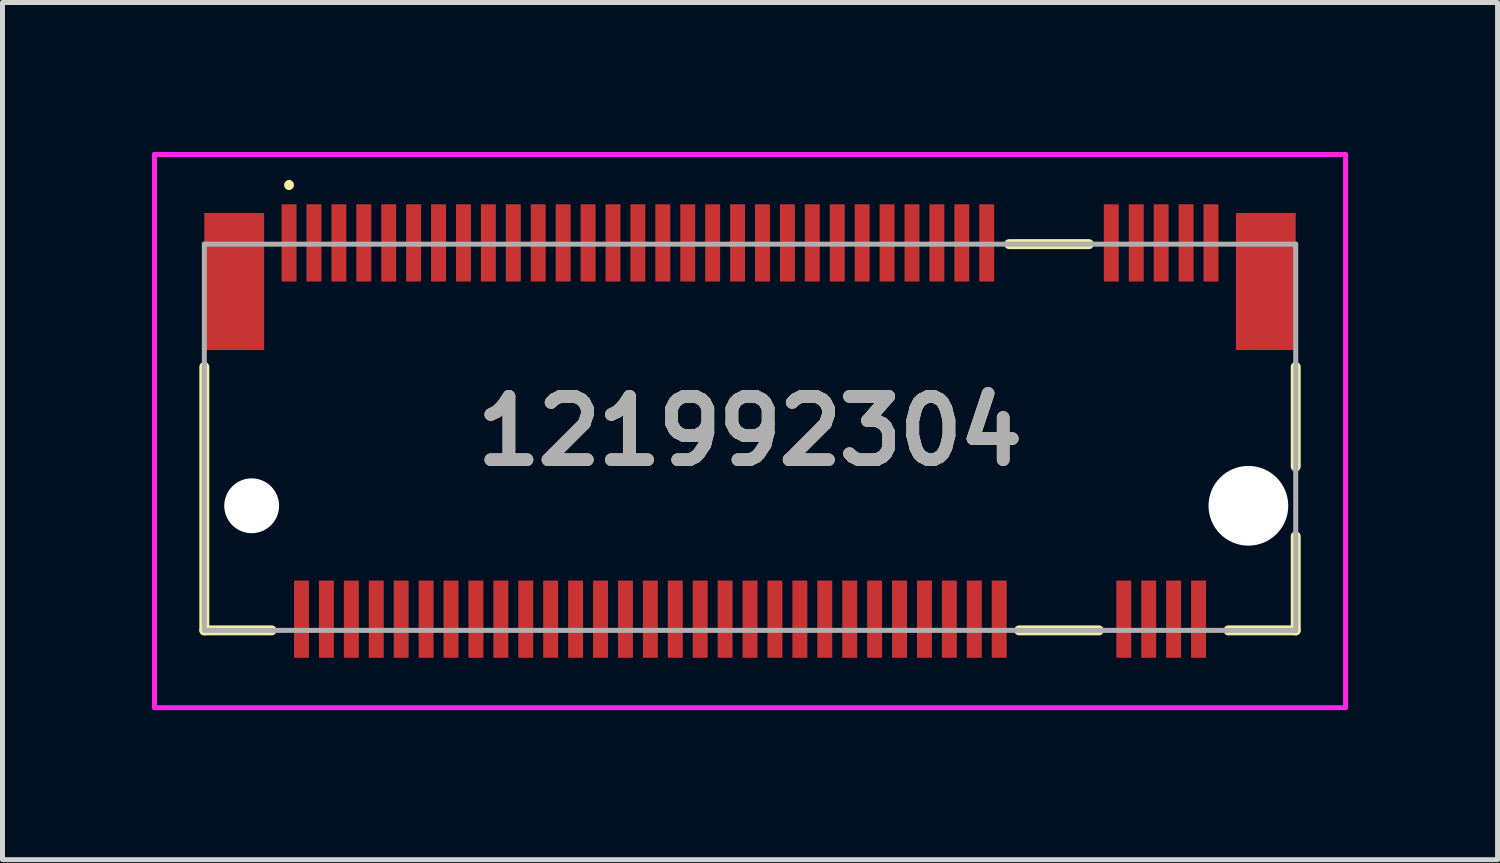
<source format=kicad_pcb>
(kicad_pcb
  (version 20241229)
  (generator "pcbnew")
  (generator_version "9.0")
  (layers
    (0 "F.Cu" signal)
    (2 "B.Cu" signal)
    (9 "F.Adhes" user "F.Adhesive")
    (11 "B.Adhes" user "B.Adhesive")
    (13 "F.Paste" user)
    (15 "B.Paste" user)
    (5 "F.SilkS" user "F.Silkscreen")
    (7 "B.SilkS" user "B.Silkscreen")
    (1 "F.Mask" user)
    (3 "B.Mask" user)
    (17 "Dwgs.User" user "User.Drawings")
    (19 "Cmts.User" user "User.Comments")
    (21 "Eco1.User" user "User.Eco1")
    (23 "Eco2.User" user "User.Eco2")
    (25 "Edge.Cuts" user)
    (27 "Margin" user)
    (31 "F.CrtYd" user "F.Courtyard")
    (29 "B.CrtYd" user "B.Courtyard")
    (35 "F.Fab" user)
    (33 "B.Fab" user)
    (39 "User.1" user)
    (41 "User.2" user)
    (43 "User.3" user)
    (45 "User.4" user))
  (footprint "121992304"
    (layer "F.Cu")
    (at 12 5.724)
    (property "Reference" "121992304" (at 0 -0.124 0) (layer "F.SilkS") (effects (font (size 1.27 1.27) (thickness 0.254))))
    (attr through_hole)
    (fp_line (start -10.95 -1.412) (end -10.95 3.875) (stroke (width 0.2) (type solid)) (layer "F.SilkS"))
    (fp_line (start -10.95 3.875) (end -9.6 3.875) (stroke (width 0.2) (type solid)) (layer "F.SilkS"))
    (fp_line (start -9.25 -5.112) (end -9.25 -5.112) (stroke (width 0.1) (type solid)) (layer "F.SilkS"))
    (fp_line (start -9.25 -5.012) (end -9.25 -5.012) (stroke (width 0.1) (type solid)) (layer "F.SilkS"))
    (fp_line (start 5.2 -3.875) (end 6.8 -3.875) (stroke (width 0.2) (type solid)) (layer "F.SilkS"))
    (fp_line (start 5.4 3.875) (end 7 3.875) (stroke (width 0.2) (type solid)) (layer "F.SilkS"))
    (fp_line (start 10.95 -1.412) (end 10.95 0.588) (stroke (width 0.2) (type solid)) (layer "F.SilkS"))
    (fp_line (start 10.95 1.988) (end 10.95 3.875) (stroke (width 0.2) (type solid)) (layer "F.SilkS"))
    (fp_line (start 10.95 3.875) (end 9.6 3.875) (stroke (width 0.2) (type solid)) (layer "F.SilkS"))
    (fp_arc (start -9.25 -5.112) (mid -9.2 -5.062) (end -9.25 -5.012) (stroke (width 0.1) (type solid)) (layer "F.SilkS"))
    (fp_arc (start -9.25 -5.012) (mid -9.3 -5.062) (end -9.25 -5.112) (stroke (width 0.1) (type solid)) (layer "F.SilkS"))
    (fp_line (start -11.95 -5.674) (end 11.95 -5.674) (stroke (width 0.1) (type solid)) (layer "F.CrtYd"))
    (fp_line (start -11.95 5.426) (end -11.95 -5.674) (stroke (width 0.1) (type solid)) (layer "F.CrtYd"))
    (fp_line (start 11.95 -5.674) (end 11.95 5.426) (stroke (width 0.1) (type solid)) (layer "F.CrtYd"))
    (fp_line (start 11.95 5.426) (end -11.95 5.426) (stroke (width 0.1) (type solid)) (layer "F.CrtYd"))
    (fp_line (start -10.95 -3.875) (end 10.95 -3.875) (stroke (width 0.1) (type solid)) (layer "F.Fab"))
    (fp_line (start -10.95 3.875) (end -10.95 -3.875) (stroke (width 0.1) (type solid)) (layer "F.Fab"))
    (fp_line (start 10.95 -3.875) (end 10.95 3.875) (stroke (width 0.1) (type solid)) (layer "F.Fab"))
    (fp_line (start 10.95 3.875) (end -10.95 3.875) (stroke (width 0.1) (type solid)) (layer "F.Fab"))
    (fp_text user "${REFERENCE}" (at 0 -0.124 0) (layer "F.Fab") (effects (font (size 1.27 1.27) (thickness 0.254))))
    (pad "" np_thru_hole circle (at -10 1.375) (size 1.1 1.1) (drill 1.1) (layers "*.Cu" "*.Mask"))
    (pad "" np_thru_hole circle (at 10 1.375) (size 1.6 1.6) (drill 1.6) (layers "*.Cu" "*.Mask"))
    (pad "1" smd rect (at -9.25 -3.9) (size 0.3 1.55) (layers "F.Cu" "F.Mask" "F.Paste"))
    (pad "2" smd rect (at -9 3.65) (size 0.3 1.55) (layers "F.Cu" "F.Mask" "F.Paste"))
    (pad "3" smd rect (at -8.75 -3.9) (size 0.3 1.55) (layers "F.Cu" "F.Mask" "F.Paste"))
    (pad "4" smd rect (at -8.5 3.65) (size 0.3 1.55) (layers "F.Cu" "F.Mask" "F.Paste"))
    (pad "5" smd rect (at -8.25 -3.9) (size 0.3 1.55) (layers "F.Cu" "F.Mask" "F.Paste"))
    (pad "6" smd rect (at -8 3.65) (size 0.3 1.55) (layers "F.Cu" "F.Mask" "F.Paste"))
    (pad "7" smd rect (at -7.75 -3.9) (size 0.3 1.55) (layers "F.Cu" "F.Mask" "F.Paste"))
    (pad "8" smd rect (at -7.5 3.65) (size 0.3 1.55) (layers "F.Cu" "F.Mask" "F.Paste"))
    (pad "9" smd rect (at -7.25 -3.9) (size 0.3 1.55) (layers "F.Cu" "F.Mask" "F.Paste"))
    (pad "10" smd rect (at -7 3.65) (size 0.3 1.55) (layers "F.Cu" "F.Mask" "F.Paste"))
    (pad "11" smd rect (at -6.75 -3.9) (size 0.3 1.55) (layers "F.Cu" "F.Mask" "F.Paste"))
    (pad "12" smd rect (at -6.5 3.65) (size 0.3 1.55) (layers "F.Cu" "F.Mask" "F.Paste"))
    (pad "13" smd rect (at -6.25 -3.9) (size 0.3 1.55) (layers "F.Cu" "F.Mask" "F.Paste"))
    (pad "14" smd rect (at -6 3.65) (size 0.3 1.55) (layers "F.Cu" "F.Mask" "F.Paste"))
    (pad "15" smd rect (at -5.75 -3.9) (size 0.3 1.55) (layers "F.Cu" "F.Mask" "F.Paste"))
    (pad "16" smd rect (at -5.5 3.65) (size 0.3 1.55) (layers "F.Cu" "F.Mask" "F.Paste"))
    (pad "17" smd rect (at -5.25 -3.9) (size 0.3 1.55) (layers "F.Cu" "F.Mask" "F.Paste"))
    (pad "18" smd rect (at -5 3.65) (size 0.3 1.55) (layers "F.Cu" "F.Mask" "F.Paste"))
    (pad "19" smd rect (at -4.75 -3.9) (size 0.3 1.55) (layers "F.Cu" "F.Mask" "F.Paste"))
    (pad "20" smd rect (at -4.5 3.65) (size 0.3 1.55) (layers "F.Cu" "F.Mask" "F.Paste"))
    (pad "21" smd rect (at -4.25 -3.9) (size 0.3 1.55) (layers "F.Cu" "F.Mask" "F.Paste"))
    (pad "22" smd rect (at -4 3.65) (size 0.3 1.55) (layers "F.Cu" "F.Mask" "F.Paste"))
    (pad "23" smd rect (at -3.75 -3.9) (size 0.3 1.55) (layers "F.Cu" "F.Mask" "F.Paste"))
    (pad "24" smd rect (at -3.5 3.65) (size 0.3 1.55) (layers "F.Cu" "F.Mask" "F.Paste"))
    (pad "25" smd rect (at -3.25 -3.9) (size 0.3 1.55) (layers "F.Cu" "F.Mask" "F.Paste"))
    (pad "26" smd rect (at -3 3.65) (size 0.3 1.55) (layers "F.Cu" "F.Mask" "F.Paste"))
    (pad "27" smd rect (at -2.75 -3.9) (size 0.3 1.55) (layers "F.Cu" "F.Mask" "F.Paste"))
    (pad "28" smd rect (at -2.5 3.65) (size 0.3 1.55) (layers "F.Cu" "F.Mask" "F.Paste"))
    (pad "29" smd rect (at -2.25 -3.9) (size 0.3 1.55) (layers "F.Cu" "F.Mask" "F.Paste"))
    (pad "30" smd rect (at -2 3.65) (size 0.3 1.55) (layers "F.Cu" "F.Mask" "F.Paste"))
    (pad "31" smd rect (at -1.75 -3.9) (size 0.3 1.55) (layers "F.Cu" "F.Mask" "F.Paste"))
    (pad "32" smd rect (at -1.5 3.65) (size 0.3 1.55) (layers "F.Cu" "F.Mask" "F.Paste"))
    (pad "33" smd rect (at -1.25 -3.9) (size 0.3 1.55) (layers "F.Cu" "F.Mask" "F.Paste"))
    (pad "34" smd rect (at -1 3.65) (size 0.3 1.55) (layers "F.Cu" "F.Mask" "F.Paste"))
    (pad "35" smd rect (at -0.75 -3.9) (size 0.3 1.55) (layers "F.Cu" "F.Mask" "F.Paste"))
    (pad "36" smd rect (at -0.5 3.65) (size 0.3 1.55) (layers "F.Cu" "F.Mask" "F.Paste"))
    (pad "37" smd rect (at -0.25 -3.9) (size 0.3 1.55) (layers "F.Cu" "F.Mask" "F.Paste"))
    (pad "38" smd rect (at 0 3.65) (size 0.3 1.55) (layers "F.Cu" "F.Mask" "F.Paste"))
    (pad "39" smd rect (at 0.25 -3.9) (size 0.3 1.55) (layers "F.Cu" "F.Mask" "F.Paste"))
    (pad "40" smd rect (at 0.5 3.65) (size 0.3 1.55) (layers "F.Cu" "F.Mask" "F.Paste"))
    (pad "41" smd rect (at 0.75 -3.9) (size 0.3 1.55) (layers "F.Cu" "F.Mask" "F.Paste"))
    (pad "42" smd rect (at 1 3.65) (size 0.3 1.55) (layers "F.Cu" "F.Mask" "F.Paste"))
    (pad "43" smd rect (at 1.25 -3.9) (size 0.3 1.55) (layers "F.Cu" "F.Mask" "F.Paste"))
    (pad "44" smd rect (at 1.5 3.65) (size 0.3 1.55) (layers "F.Cu" "F.Mask" "F.Paste"))
    (pad "45" smd rect (at 1.75 -3.9) (size 0.3 1.55) (layers "F.Cu" "F.Mask" "F.Paste"))
    (pad "46" smd rect (at 2 3.65) (size 0.3 1.55) (layers "F.Cu" "F.Mask" "F.Paste"))
    (pad "47" smd rect (at 2.25 -3.9) (size 0.3 1.55) (layers "F.Cu" "F.Mask" "F.Paste"))
    (pad "48" smd rect (at 2.5 3.65) (size 0.3 1.55) (layers "F.Cu" "F.Mask" "F.Paste"))
    (pad "49" smd rect (at 2.75 -3.9) (size 0.3 1.55) (layers "F.Cu" "F.Mask" "F.Paste"))
    (pad "50" smd rect (at 3 3.65) (size 0.3 1.55) (layers "F.Cu" "F.Mask" "F.Paste"))
    (pad "51" smd rect (at 3.25 -3.9) (size 0.3 1.55) (layers "F.Cu" "F.Mask" "F.Paste"))
    (pad "52" smd rect (at 3.5 3.65) (size 0.3 1.55) (layers "F.Cu" "F.Mask" "F.Paste"))
    (pad "53" smd rect (at 3.75 -3.9) (size 0.3 1.55) (layers "F.Cu" "F.Mask" "F.Paste"))
    (pad "54" smd rect (at 4 3.65) (size 0.3 1.55) (layers "F.Cu" "F.Mask" "F.Paste"))
    (pad "55" smd rect (at 4.25 -3.9) (size 0.3 1.55) (layers "F.Cu" "F.Mask" "F.Paste"))
    (pad "56" smd rect (at 4.5 3.65) (size 0.3 1.55) (layers "F.Cu" "F.Mask" "F.Paste"))
    (pad "57" smd rect (at 4.75 -3.9) (size 0.3 1.55) (layers "F.Cu" "F.Mask" "F.Paste"))
    (pad "58" smd rect (at 5 3.65) (size 0.3 1.55) (layers "F.Cu" "F.Mask" "F.Paste"))
    (pad "67" smd rect (at 7.25 -3.9) (size 0.3 1.55) (layers "F.Cu" "F.Mask" "F.Paste"))
    (pad "68" smd rect (at 7.5 3.65) (size 0.3 1.55) (layers "F.Cu" "F.Mask" "F.Paste"))
    (pad "69" smd rect (at 7.75 -3.9) (size 0.3 1.55) (layers "F.Cu" "F.Mask" "F.Paste"))
    (pad "70" smd rect (at 8 3.65) (size 0.3 1.55) (layers "F.Cu" "F.Mask" "F.Paste"))
    (pad "71" smd rect (at 8.25 -3.9) (size 0.3 1.55) (layers "F.Cu" "F.Mask" "F.Paste"))
    (pad "72" smd rect (at 8.5 3.65) (size 0.3 1.55) (layers "F.Cu" "F.Mask" "F.Paste"))
    (pad "73" smd rect (at 8.75 -3.9) (size 0.3 1.55) (layers "F.Cu" "F.Mask" "F.Paste"))
    (pad "74" smd rect (at 9 3.65) (size 0.3 1.55) (layers "F.Cu" "F.Mask" "F.Paste"))
    (pad "75" smd rect (at 9.25 -3.9) (size 0.3 1.55) (layers "F.Cu" "F.Mask" "F.Paste"))
    (pad "76" smd rect (at -10.35 -3.125) (size 1.2 2.75) (layers "F.Cu" "F.Mask" "F.Paste"))
    (pad "77" smd rect (at 10.35 -3.125) (size 1.2 2.75) (layers "F.Cu" "F.Mask" "F.Paste")))
  (gr_rect
    (start -3 -3)
    (end 27 14.2)
    (stroke (width 0.1) (type default))
    (fill no)
    (layer "Edge.Cuts")))
</source>
